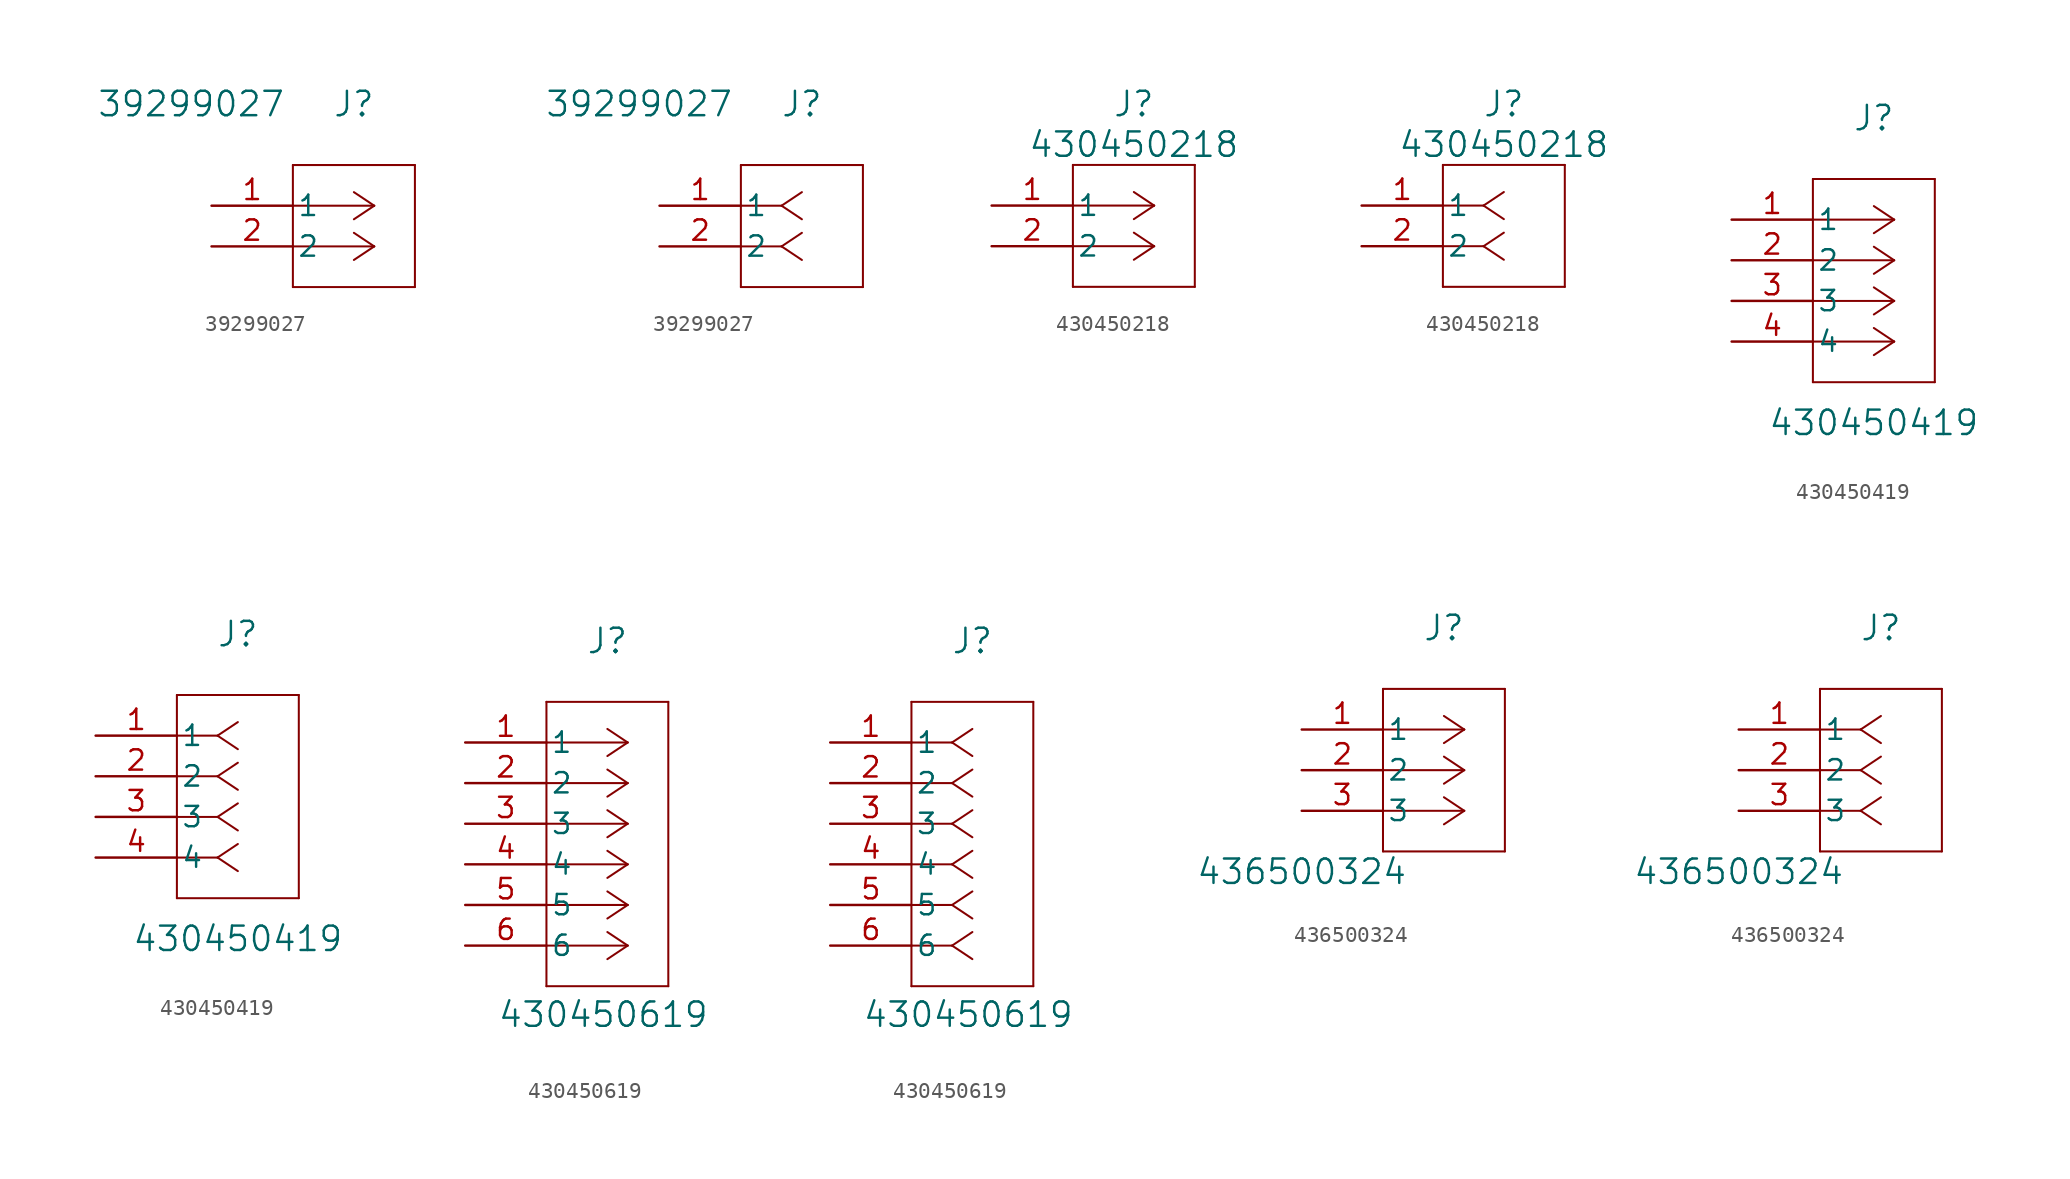
<source format=kicad_sym>
(kicad_symbol_lib
  (version 20241209)
  (generator "kicad_symbol_editor")
  (generator_version "9.0")
  (symbol "39299027"
    (pin_names
      (offset 0.254))
    (property "Reference" "J"
      (at 8.89 6.35 0)
      (effects (font (size 1.524 1.524))))
    (property "Value" "39299027"
      (at -1.27 6.35 0)
      (effects (font (size 1.524 1.524))))
    (property "ki_locked" ""
      (at 0 0 0)
      (effects (font (size 1.27 1.27))))
    (symbol "39299027_1_1"
      (polyline (pts (xy 5.08 2.54) (xy 5.08 -5.08)) (stroke (width 0.127) (type default)) (fill (type none)))
      (polyline (pts (xy 5.08 -5.08) (xy 12.7 -5.08)) (stroke (width 0.127) (type default)) (fill (type none)))
      (polyline (pts (xy 10.16 0) (xy 5.08 0)) (stroke (width 0.127) (type default)) (fill (type none)))
      (polyline (pts (xy 10.16 0) (xy 8.89 0.847)) (stroke (width 0.127) (type default)) (fill (type none)))
      (polyline (pts (xy 10.16 0) (xy 8.89 -0.847)) (stroke (width 0.127) (type default)) (fill (type none)))
      (polyline (pts (xy 10.16 -2.54) (xy 5.08 -2.54)) (stroke (width 0.127) (type default)) (fill (type none)))
      (polyline (pts (xy 10.16 -2.54) (xy 8.89 -1.693)) (stroke (width 0.127) (type default)) (fill (type none)))
      (polyline (pts (xy 10.16 -2.54) (xy 8.89 -3.387)) (stroke (width 0.127) (type default)) (fill (type none)))
      (polyline (pts (xy 12.7 2.54) (xy 5.08 2.54)) (stroke (width 0.127) (type default)) (fill (type none)))
      (polyline (pts (xy 12.7 -5.08) (xy 12.7 2.54)) (stroke (width 0.127) (type default)) (fill (type none)))
      (pin unspecified line (at 0 0 0) (length 5.08) (name "1" (effects (font (size 1.27 1.27)))) (number "1" (effects (font (size 1.27 1.27)))))
      (pin unspecified line (at 0 -2.54 0) (length 5.08) (name "2" (effects (font (size 1.27 1.27)))) (number "2" (effects (font (size 1.27 1.27))))))
    (symbol "39299027_1_2"
      (polyline (pts (xy 5.08 2.54) (xy 5.08 -5.08)) (stroke (width 0.127) (type default)) (fill (type none)))
      (polyline (pts (xy 5.08 -5.08) (xy 12.7 -5.08)) (stroke (width 0.127) (type default)) (fill (type none)))
      (polyline (pts (xy 7.62 0) (xy 5.08 0)) (stroke (width 0.127) (type default)) (fill (type none)))
      (polyline (pts (xy 7.62 0) (xy 8.89 0.847)) (stroke (width 0.127) (type default)) (fill (type none)))
      (polyline (pts (xy 7.62 0) (xy 8.89 -0.847)) (stroke (width 0.127) (type default)) (fill (type none)))
      (polyline (pts (xy 7.62 -2.54) (xy 5.08 -2.54)) (stroke (width 0.127) (type default)) (fill (type none)))
      (polyline (pts (xy 7.62 -2.54) (xy 8.89 -1.693)) (stroke (width 0.127) (type default)) (fill (type none)))
      (polyline (pts (xy 7.62 -2.54) (xy 8.89 -3.387)) (stroke (width 0.127) (type default)) (fill (type none)))
      (polyline (pts (xy 12.7 2.54) (xy 5.08 2.54)) (stroke (width 0.127) (type default)) (fill (type none)))
      (polyline (pts (xy 12.7 -5.08) (xy 12.7 2.54)) (stroke (width 0.127) (type default)) (fill (type none)))
      (pin unspecified line (at 0 0 0) (length 5.08) (name "1" (effects (font (size 1.27 1.27)))) (number "1" (effects (font (size 1.27 1.27)))))
      (pin unspecified line (at 0 -2.54 0) (length 5.08) (name "2" (effects (font (size 1.27 1.27)))) (number "2" (effects (font (size 1.27 1.27)))))))
  (symbol "430450218"
    (pin_names
      (offset 0.254))
    (property "Reference" "J"
      (at 8.89 6.35 0)
      (effects (font (size 1.524 1.524))))
    (property "Value" "430450218"
      (at 8.89 3.81 0)
      (effects (font (size 1.524 1.524))))
    (property "ki_locked" ""
      (at 0 0 0)
      (effects (font (size 1.27 1.27))))
    (symbol "430450218_1_1"
      (polyline (pts (xy 5.08 2.54) (xy 5.08 -5.08)) (stroke (width 0.127) (type default)) (fill (type none)))
      (polyline (pts (xy 5.08 -5.08) (xy 12.7 -5.08)) (stroke (width 0.127) (type default)) (fill (type none)))
      (polyline (pts (xy 10.16 0) (xy 5.08 0)) (stroke (width 0.127) (type default)) (fill (type none)))
      (polyline (pts (xy 10.16 0) (xy 8.89 0.847)) (stroke (width 0.127) (type default)) (fill (type none)))
      (polyline (pts (xy 10.16 0) (xy 8.89 -0.847)) (stroke (width 0.127) (type default)) (fill (type none)))
      (polyline (pts (xy 10.16 -2.54) (xy 5.08 -2.54)) (stroke (width 0.127) (type default)) (fill (type none)))
      (polyline (pts (xy 10.16 -2.54) (xy 8.89 -1.693)) (stroke (width 0.127) (type default)) (fill (type none)))
      (polyline (pts (xy 10.16 -2.54) (xy 8.89 -3.387)) (stroke (width 0.127) (type default)) (fill (type none)))
      (polyline (pts (xy 12.7 2.54) (xy 5.08 2.54)) (stroke (width 0.127) (type default)) (fill (type none)))
      (polyline (pts (xy 12.7 -5.08) (xy 12.7 2.54)) (stroke (width 0.127) (type default)) (fill (type none)))
      (pin unspecified line (at 0 0 0) (length 5.08) (name "1" (effects (font (size 1.27 1.27)))) (number "1" (effects (font (size 1.27 1.27)))))
      (pin unspecified line (at 0 -2.54 0) (length 5.08) (name "2" (effects (font (size 1.27 1.27)))) (number "2" (effects (font (size 1.27 1.27))))))
    (symbol "430450218_1_2"
      (polyline (pts (xy 5.08 2.54) (xy 5.08 -5.08)) (stroke (width 0.127) (type default)) (fill (type none)))
      (polyline (pts (xy 5.08 -5.08) (xy 12.7 -5.08)) (stroke (width 0.127) (type default)) (fill (type none)))
      (polyline (pts (xy 7.62 0) (xy 5.08 0)) (stroke (width 0.127) (type default)) (fill (type none)))
      (polyline (pts (xy 7.62 0) (xy 8.89 0.847)) (stroke (width 0.127) (type default)) (fill (type none)))
      (polyline (pts (xy 7.62 0) (xy 8.89 -0.847)) (stroke (width 0.127) (type default)) (fill (type none)))
      (polyline (pts (xy 7.62 -2.54) (xy 5.08 -2.54)) (stroke (width 0.127) (type default)) (fill (type none)))
      (polyline (pts (xy 7.62 -2.54) (xy 8.89 -1.693)) (stroke (width 0.127) (type default)) (fill (type none)))
      (polyline (pts (xy 7.62 -2.54) (xy 8.89 -3.387)) (stroke (width 0.127) (type default)) (fill (type none)))
      (polyline (pts (xy 12.7 2.54) (xy 5.08 2.54)) (stroke (width 0.127) (type default)) (fill (type none)))
      (polyline (pts (xy 12.7 -5.08) (xy 12.7 2.54)) (stroke (width 0.127) (type default)) (fill (type none)))
      (pin unspecified line (at 0 0 0) (length 5.08) (name "1" (effects (font (size 1.27 1.27)))) (number "1" (effects (font (size 1.27 1.27)))))
      (pin unspecified line (at 0 -2.54 0) (length 5.08) (name "2" (effects (font (size 1.27 1.27)))) (number "2" (effects (font (size 1.27 1.27)))))))
  (symbol "430450419"
    (pin_names
      (offset 0.254))
    (property "Reference" "J"
      (at 8.89 6.35 0)
      (effects (font (size 1.524 1.524))))
    (property "Value" "430450419"
      (at 8.89 -12.7 0)
      (effects (font (size 1.524 1.524))))
    (property "ki_locked" ""
      (at 0 0 0)
      (effects (font (size 1.27 1.27))))
    (symbol "430450419_1_1"
      (polyline (pts (xy 5.08 2.54) (xy 5.08 -10.16)) (stroke (width 0.127) (type default)) (fill (type none)))
      (polyline (pts (xy 5.08 -10.16) (xy 12.7 -10.16)) (stroke (width 0.127) (type default)) (fill (type none)))
      (polyline (pts (xy 10.16 0) (xy 5.08 0)) (stroke (width 0.127) (type default)) (fill (type none)))
      (polyline (pts (xy 10.16 0) (xy 8.89 0.847)) (stroke (width 0.127) (type default)) (fill (type none)))
      (polyline (pts (xy 10.16 0) (xy 8.89 -0.847)) (stroke (width 0.127) (type default)) (fill (type none)))
      (polyline (pts (xy 10.16 -2.54) (xy 5.08 -2.54)) (stroke (width 0.127) (type default)) (fill (type none)))
      (polyline (pts (xy 10.16 -2.54) (xy 8.89 -1.693)) (stroke (width 0.127) (type default)) (fill (type none)))
      (polyline (pts (xy 10.16 -2.54) (xy 8.89 -3.387)) (stroke (width 0.127) (type default)) (fill (type none)))
      (polyline (pts (xy 10.16 -5.08) (xy 5.08 -5.08)) (stroke (width 0.127) (type default)) (fill (type none)))
      (polyline (pts (xy 10.16 -5.08) (xy 8.89 -4.233)) (stroke (width 0.127) (type default)) (fill (type none)))
      (polyline (pts (xy 10.16 -5.08) (xy 8.89 -5.927)) (stroke (width 0.127) (type default)) (fill (type none)))
      (polyline (pts (xy 10.16 -7.62) (xy 5.08 -7.62)) (stroke (width 0.127) (type default)) (fill (type none)))
      (polyline (pts (xy 10.16 -7.62) (xy 8.89 -6.773)) (stroke (width 0.127) (type default)) (fill (type none)))
      (polyline (pts (xy 10.16 -7.62) (xy 8.89 -8.467)) (stroke (width 0.127) (type default)) (fill (type none)))
      (polyline (pts (xy 12.7 2.54) (xy 5.08 2.54)) (stroke (width 0.127) (type default)) (fill (type none)))
      (polyline (pts (xy 12.7 -10.16) (xy 12.7 2.54)) (stroke (width 0.127) (type default)) (fill (type none)))
      (pin unspecified line (at 0 0 0) (length 5.08) (name "1" (effects (font (size 1.27 1.27)))) (number "1" (effects (font (size 1.27 1.27)))))
      (pin unspecified line (at 0 -2.54 0) (length 5.08) (name "2" (effects (font (size 1.27 1.27)))) (number "2" (effects (font (size 1.27 1.27)))))
      (pin unspecified line (at 0 -5.08 0) (length 5.08) (name "3" (effects (font (size 1.27 1.27)))) (number "3" (effects (font (size 1.27 1.27)))))
      (pin unspecified line (at 0 -7.62 0) (length 5.08) (name "4" (effects (font (size 1.27 1.27)))) (number "4" (effects (font (size 1.27 1.27))))))
    (symbol "430450419_1_2"
      (polyline (pts (xy 5.08 2.54) (xy 5.08 -10.16)) (stroke (width 0.127) (type default)) (fill (type none)))
      (polyline (pts (xy 5.08 -10.16) (xy 12.7 -10.16)) (stroke (width 0.127) (type default)) (fill (type none)))
      (polyline (pts (xy 7.62 0) (xy 5.08 0)) (stroke (width 0.127) (type default)) (fill (type none)))
      (polyline (pts (xy 7.62 0) (xy 8.89 0.847)) (stroke (width 0.127) (type default)) (fill (type none)))
      (polyline (pts (xy 7.62 0) (xy 8.89 -0.847)) (stroke (width 0.127) (type default)) (fill (type none)))
      (polyline (pts (xy 7.62 -2.54) (xy 5.08 -2.54)) (stroke (width 0.127) (type default)) (fill (type none)))
      (polyline (pts (xy 7.62 -2.54) (xy 8.89 -1.693)) (stroke (width 0.127) (type default)) (fill (type none)))
      (polyline (pts (xy 7.62 -2.54) (xy 8.89 -3.387)) (stroke (width 0.127) (type default)) (fill (type none)))
      (polyline (pts (xy 7.62 -5.08) (xy 5.08 -5.08)) (stroke (width 0.127) (type default)) (fill (type none)))
      (polyline (pts (xy 7.62 -5.08) (xy 8.89 -4.233)) (stroke (width 0.127) (type default)) (fill (type none)))
      (polyline (pts (xy 7.62 -5.08) (xy 8.89 -5.927)) (stroke (width 0.127) (type default)) (fill (type none)))
      (polyline (pts (xy 7.62 -7.62) (xy 5.08 -7.62)) (stroke (width 0.127) (type default)) (fill (type none)))
      (polyline (pts (xy 7.62 -7.62) (xy 8.89 -6.773)) (stroke (width 0.127) (type default)) (fill (type none)))
      (polyline (pts (xy 7.62 -7.62) (xy 8.89 -8.467)) (stroke (width 0.127) (type default)) (fill (type none)))
      (polyline (pts (xy 12.7 2.54) (xy 5.08 2.54)) (stroke (width 0.127) (type default)) (fill (type none)))
      (polyline (pts (xy 12.7 -10.16) (xy 12.7 2.54)) (stroke (width 0.127) (type default)) (fill (type none)))
      (pin unspecified line (at 0 0 0) (length 5.08) (name "1" (effects (font (size 1.27 1.27)))) (number "1" (effects (font (size 1.27 1.27)))))
      (pin unspecified line (at 0 -2.54 0) (length 5.08) (name "2" (effects (font (size 1.27 1.27)))) (number "2" (effects (font (size 1.27 1.27)))))
      (pin unspecified line (at 0 -5.08 0) (length 5.08) (name "3" (effects (font (size 1.27 1.27)))) (number "3" (effects (font (size 1.27 1.27)))))
      (pin unspecified line (at 0 -7.62 0) (length 5.08) (name "4" (effects (font (size 1.27 1.27)))) (number "4" (effects (font (size 1.27 1.27)))))))
  (symbol "430450619"
    (pin_names
      (offset 0.254))
    (property "Reference" "J"
      (at 8.89 6.35 0)
      (effects (font (size 1.524 1.524))))
    (property "Value" "430450619"
      (at 8.636 -17.018 0)
      (effects (font (size 1.524 1.524))))
    (property "ki_locked" ""
      (at 0 0 0)
      (effects (font (size 1.27 1.27))))
    (symbol "430450619_1_1"
      (polyline (pts (xy 5.08 2.54) (xy 5.08 -15.24)) (stroke (width 0.127) (type default)) (fill (type none)))
      (polyline (pts (xy 5.08 -15.24) (xy 12.7 -15.24)) (stroke (width 0.127) (type default)) (fill (type none)))
      (polyline (pts (xy 10.16 0) (xy 5.08 0)) (stroke (width 0.127) (type default)) (fill (type none)))
      (polyline (pts (xy 10.16 0) (xy 8.89 0.847)) (stroke (width 0.127) (type default)) (fill (type none)))
      (polyline (pts (xy 10.16 0) (xy 8.89 -0.847)) (stroke (width 0.127) (type default)) (fill (type none)))
      (polyline (pts (xy 10.16 -2.54) (xy 5.08 -2.54)) (stroke (width 0.127) (type default)) (fill (type none)))
      (polyline (pts (xy 10.16 -2.54) (xy 8.89 -1.693)) (stroke (width 0.127) (type default)) (fill (type none)))
      (polyline (pts (xy 10.16 -2.54) (xy 8.89 -3.387)) (stroke (width 0.127) (type default)) (fill (type none)))
      (polyline (pts (xy 10.16 -5.08) (xy 5.08 -5.08)) (stroke (width 0.127) (type default)) (fill (type none)))
      (polyline (pts (xy 10.16 -5.08) (xy 8.89 -4.233)) (stroke (width 0.127) (type default)) (fill (type none)))
      (polyline (pts (xy 10.16 -5.08) (xy 8.89 -5.927)) (stroke (width 0.127) (type default)) (fill (type none)))
      (polyline (pts (xy 10.16 -7.62) (xy 5.08 -7.62)) (stroke (width 0.127) (type default)) (fill (type none)))
      (polyline (pts (xy 10.16 -7.62) (xy 8.89 -6.773)) (stroke (width 0.127) (type default)) (fill (type none)))
      (polyline (pts (xy 10.16 -7.62) (xy 8.89 -8.467)) (stroke (width 0.127) (type default)) (fill (type none)))
      (polyline (pts (xy 10.16 -10.16) (xy 5.08 -10.16)) (stroke (width 0.127) (type default)) (fill (type none)))
      (polyline (pts (xy 10.16 -10.16) (xy 8.89 -9.313)) (stroke (width 0.127) (type default)) (fill (type none)))
      (polyline (pts (xy 10.16 -10.16) (xy 8.89 -11.007)) (stroke (width 0.127) (type default)) (fill (type none)))
      (polyline (pts (xy 10.16 -12.7) (xy 5.08 -12.7)) (stroke (width 0.127) (type default)) (fill (type none)))
      (polyline (pts (xy 10.16 -12.7) (xy 8.89 -11.853)) (stroke (width 0.127) (type default)) (fill (type none)))
      (polyline (pts (xy 10.16 -12.7) (xy 8.89 -13.547)) (stroke (width 0.127) (type default)) (fill (type none)))
      (polyline (pts (xy 12.7 2.54) (xy 5.08 2.54)) (stroke (width 0.127) (type default)) (fill (type none)))
      (polyline (pts (xy 12.7 -15.24) (xy 12.7 2.54)) (stroke (width 0.127) (type default)) (fill (type none)))
      (pin unspecified line (at 0 0 0) (length 5.08) (name "1" (effects (font (size 1.27 1.27)))) (number "1" (effects (font (size 1.27 1.27)))))
      (pin unspecified line (at 0 -2.54 0) (length 5.08) (name "2" (effects (font (size 1.27 1.27)))) (number "2" (effects (font (size 1.27 1.27)))))
      (pin unspecified line (at 0 -5.08 0) (length 5.08) (name "3" (effects (font (size 1.27 1.27)))) (number "3" (effects (font (size 1.27 1.27)))))
      (pin unspecified line (at 0 -7.62 0) (length 5.08) (name "4" (effects (font (size 1.27 1.27)))) (number "4" (effects (font (size 1.27 1.27)))))
      (pin unspecified line (at 0 -10.16 0) (length 5.08) (name "5" (effects (font (size 1.27 1.27)))) (number "5" (effects (font (size 1.27 1.27)))))
      (pin unspecified line (at 0 -12.7 0) (length 5.08) (name "6" (effects (font (size 1.27 1.27)))) (number "6" (effects (font (size 1.27 1.27))))))
    (symbol "430450619_1_2"
      (polyline (pts (xy 5.08 2.54) (xy 5.08 -15.24)) (stroke (width 0.127) (type default)) (fill (type none)))
      (polyline (pts (xy 5.08 -15.24) (xy 12.7 -15.24)) (stroke (width 0.127) (type default)) (fill (type none)))
      (polyline (pts (xy 7.62 0) (xy 5.08 0)) (stroke (width 0.127) (type default)) (fill (type none)))
      (polyline (pts (xy 7.62 0) (xy 8.89 0.847)) (stroke (width 0.127) (type default)) (fill (type none)))
      (polyline (pts (xy 7.62 0) (xy 8.89 -0.847)) (stroke (width 0.127) (type default)) (fill (type none)))
      (polyline (pts (xy 7.62 -2.54) (xy 5.08 -2.54)) (stroke (width 0.127) (type default)) (fill (type none)))
      (polyline (pts (xy 7.62 -2.54) (xy 8.89 -1.693)) (stroke (width 0.127) (type default)) (fill (type none)))
      (polyline (pts (xy 7.62 -2.54) (xy 8.89 -3.387)) (stroke (width 0.127) (type default)) (fill (type none)))
      (polyline (pts (xy 7.62 -5.08) (xy 5.08 -5.08)) (stroke (width 0.127) (type default)) (fill (type none)))
      (polyline (pts (xy 7.62 -5.08) (xy 8.89 -4.233)) (stroke (width 0.127) (type default)) (fill (type none)))
      (polyline (pts (xy 7.62 -5.08) (xy 8.89 -5.927)) (stroke (width 0.127) (type default)) (fill (type none)))
      (polyline (pts (xy 7.62 -7.62) (xy 5.08 -7.62)) (stroke (width 0.127) (type default)) (fill (type none)))
      (polyline (pts (xy 7.62 -7.62) (xy 8.89 -6.773)) (stroke (width 0.127) (type default)) (fill (type none)))
      (polyline (pts (xy 7.62 -7.62) (xy 8.89 -8.467)) (stroke (width 0.127) (type default)) (fill (type none)))
      (polyline (pts (xy 7.62 -10.16) (xy 5.08 -10.16)) (stroke (width 0.127) (type default)) (fill (type none)))
      (polyline (pts (xy 7.62 -10.16) (xy 8.89 -9.313)) (stroke (width 0.127) (type default)) (fill (type none)))
      (polyline (pts (xy 7.62 -10.16) (xy 8.89 -11.007)) (stroke (width 0.127) (type default)) (fill (type none)))
      (polyline (pts (xy 7.62 -12.7) (xy 5.08 -12.7)) (stroke (width 0.127) (type default)) (fill (type none)))
      (polyline (pts (xy 7.62 -12.7) (xy 8.89 -11.853)) (stroke (width 0.127) (type default)) (fill (type none)))
      (polyline (pts (xy 7.62 -12.7) (xy 8.89 -13.547)) (stroke (width 0.127) (type default)) (fill (type none)))
      (polyline (pts (xy 12.7 2.54) (xy 5.08 2.54)) (stroke (width 0.127) (type default)) (fill (type none)))
      (polyline (pts (xy 12.7 -15.24) (xy 12.7 2.54)) (stroke (width 0.127) (type default)) (fill (type none)))
      (pin unspecified line (at 0 0 0) (length 5.08) (name "1" (effects (font (size 1.27 1.27)))) (number "1" (effects (font (size 1.27 1.27)))))
      (pin unspecified line (at 0 -2.54 0) (length 5.08) (name "2" (effects (font (size 1.27 1.27)))) (number "2" (effects (font (size 1.27 1.27)))))
      (pin unspecified line (at 0 -5.08 0) (length 5.08) (name "3" (effects (font (size 1.27 1.27)))) (number "3" (effects (font (size 1.27 1.27)))))
      (pin unspecified line (at 0 -7.62 0) (length 5.08) (name "4" (effects (font (size 1.27 1.27)))) (number "4" (effects (font (size 1.27 1.27)))))
      (pin unspecified line (at 0 -10.16 0) (length 5.08) (name "5" (effects (font (size 1.27 1.27)))) (number "5" (effects (font (size 1.27 1.27)))))
      (pin unspecified line (at 0 -12.7 0) (length 5.08) (name "6" (effects (font (size 1.27 1.27)))) (number "6" (effects (font (size 1.27 1.27)))))))
  (symbol "436500324"
    (pin_names
      (offset 0.254))
    (property "Reference" "J"
      (at 8.89 6.35 0)
      (effects (font (size 1.524 1.524))))
    (property "Value" "436500324"
      (at 0 -8.89 0)
      (effects (font (size 1.524 1.524))))
    (property "ki_locked" ""
      (at 0 0 0)
      (effects (font (size 1.27 1.27))))
    (symbol "436500324_1_1"
      (polyline (pts (xy 5.08 2.54) (xy 5.08 -7.62)) (stroke (width 0.127) (type default)) (fill (type none)))
      (polyline (pts (xy 5.08 -7.62) (xy 12.7 -7.62)) (stroke (width 0.127) (type default)) (fill (type none)))
      (polyline (pts (xy 10.16 0) (xy 5.08 0)) (stroke (width 0.127) (type default)) (fill (type none)))
      (polyline (pts (xy 10.16 0) (xy 8.89 0.847)) (stroke (width 0.127) (type default)) (fill (type none)))
      (polyline (pts (xy 10.16 0) (xy 8.89 -0.847)) (stroke (width 0.127) (type default)) (fill (type none)))
      (polyline (pts (xy 10.16 -2.54) (xy 5.08 -2.54)) (stroke (width 0.127) (type default)) (fill (type none)))
      (polyline (pts (xy 10.16 -2.54) (xy 8.89 -1.693)) (stroke (width 0.127) (type default)) (fill (type none)))
      (polyline (pts (xy 10.16 -2.54) (xy 8.89 -3.387)) (stroke (width 0.127) (type default)) (fill (type none)))
      (polyline (pts (xy 10.16 -5.08) (xy 5.08 -5.08)) (stroke (width 0.127) (type default)) (fill (type none)))
      (polyline (pts (xy 10.16 -5.08) (xy 8.89 -4.233)) (stroke (width 0.127) (type default)) (fill (type none)))
      (polyline (pts (xy 10.16 -5.08) (xy 8.89 -5.927)) (stroke (width 0.127) (type default)) (fill (type none)))
      (polyline (pts (xy 12.7 2.54) (xy 5.08 2.54)) (stroke (width 0.127) (type default)) (fill (type none)))
      (polyline (pts (xy 12.7 -7.62) (xy 12.7 2.54)) (stroke (width 0.127) (type default)) (fill (type none)))
      (pin unspecified line (at 0 0 0) (length 5.08) (name "1" (effects (font (size 1.27 1.27)))) (number "1" (effects (font (size 1.27 1.27)))))
      (pin unspecified line (at 0 -2.54 0) (length 5.08) (name "2" (effects (font (size 1.27 1.27)))) (number "2" (effects (font (size 1.27 1.27)))))
      (pin unspecified line (at 0 -5.08 0) (length 5.08) (name "3" (effects (font (size 1.27 1.27)))) (number "3" (effects (font (size 1.27 1.27))))))
    (symbol "436500324_1_2"
      (polyline (pts (xy 5.08 2.54) (xy 5.08 -7.62)) (stroke (width 0.127) (type default)) (fill (type none)))
      (polyline (pts (xy 5.08 -7.62) (xy 12.7 -7.62)) (stroke (width 0.127) (type default)) (fill (type none)))
      (polyline (pts (xy 7.62 0) (xy 5.08 0)) (stroke (width 0.127) (type default)) (fill (type none)))
      (polyline (pts (xy 7.62 0) (xy 8.89 0.847)) (stroke (width 0.127) (type default)) (fill (type none)))
      (polyline (pts (xy 7.62 0) (xy 8.89 -0.847)) (stroke (width 0.127) (type default)) (fill (type none)))
      (polyline (pts (xy 7.62 -2.54) (xy 5.08 -2.54)) (stroke (width 0.127) (type default)) (fill (type none)))
      (polyline (pts (xy 7.62 -2.54) (xy 8.89 -1.693)) (stroke (width 0.127) (type default)) (fill (type none)))
      (polyline (pts (xy 7.62 -2.54) (xy 8.89 -3.387)) (stroke (width 0.127) (type default)) (fill (type none)))
      (polyline (pts (xy 7.62 -5.08) (xy 5.08 -5.08)) (stroke (width 0.127) (type default)) (fill (type none)))
      (polyline (pts (xy 7.62 -5.08) (xy 8.89 -4.233)) (stroke (width 0.127) (type default)) (fill (type none)))
      (polyline (pts (xy 7.62 -5.08) (xy 8.89 -5.927)) (stroke (width 0.127) (type default)) (fill (type none)))
      (polyline (pts (xy 12.7 2.54) (xy 5.08 2.54)) (stroke (width 0.127) (type default)) (fill (type none)))
      (polyline (pts (xy 12.7 -7.62) (xy 12.7 2.54)) (stroke (width 0.127) (type default)) (fill (type none)))
      (pin unspecified line (at 0 0 0) (length 5.08) (name "1" (effects (font (size 1.27 1.27)))) (number "1" (effects (font (size 1.27 1.27)))))
      (pin unspecified line (at 0 -2.54 0) (length 5.08) (name "2" (effects (font (size 1.27 1.27)))) (number "2" (effects (font (size 1.27 1.27)))))
      (pin unspecified line (at 0 -5.08 0) (length 5.08) (name "3" (effects (font (size 1.27 1.27)))) (number "3" (effects (font (size 1.27 1.27))))))))
</source>
